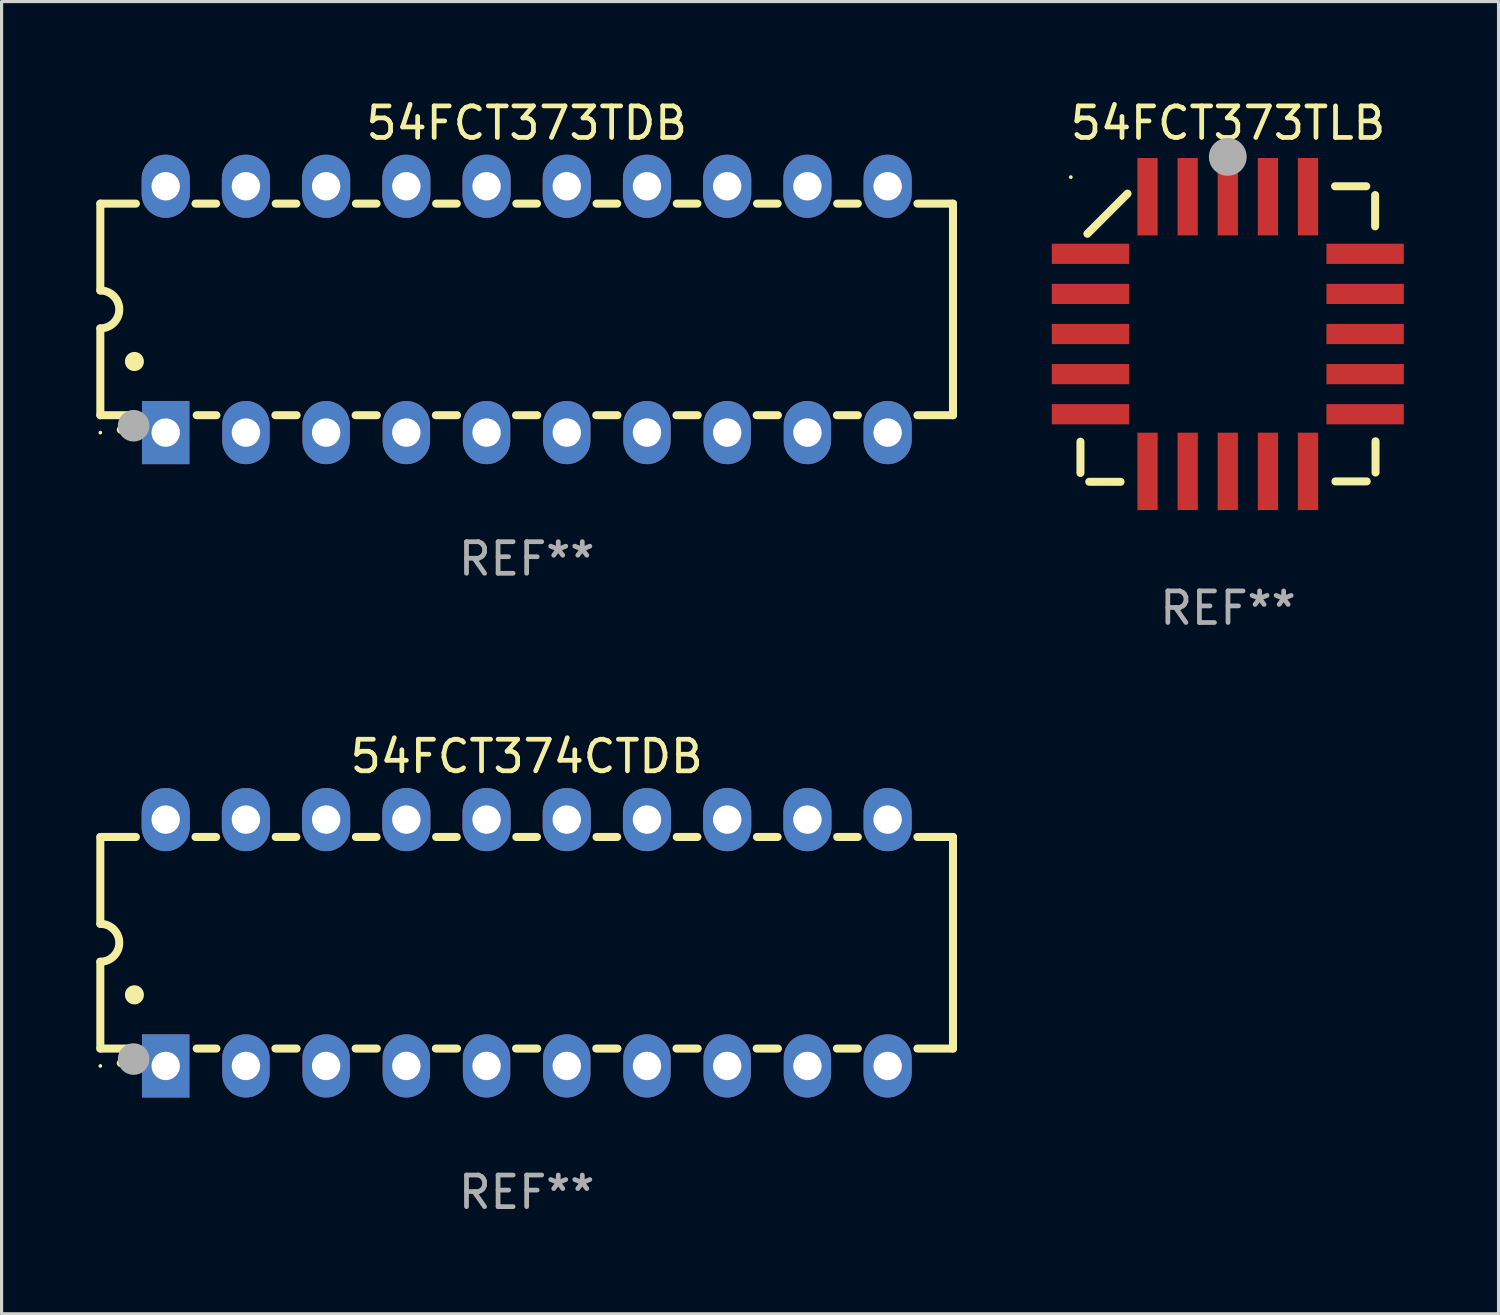
<source format=kicad_pcb>
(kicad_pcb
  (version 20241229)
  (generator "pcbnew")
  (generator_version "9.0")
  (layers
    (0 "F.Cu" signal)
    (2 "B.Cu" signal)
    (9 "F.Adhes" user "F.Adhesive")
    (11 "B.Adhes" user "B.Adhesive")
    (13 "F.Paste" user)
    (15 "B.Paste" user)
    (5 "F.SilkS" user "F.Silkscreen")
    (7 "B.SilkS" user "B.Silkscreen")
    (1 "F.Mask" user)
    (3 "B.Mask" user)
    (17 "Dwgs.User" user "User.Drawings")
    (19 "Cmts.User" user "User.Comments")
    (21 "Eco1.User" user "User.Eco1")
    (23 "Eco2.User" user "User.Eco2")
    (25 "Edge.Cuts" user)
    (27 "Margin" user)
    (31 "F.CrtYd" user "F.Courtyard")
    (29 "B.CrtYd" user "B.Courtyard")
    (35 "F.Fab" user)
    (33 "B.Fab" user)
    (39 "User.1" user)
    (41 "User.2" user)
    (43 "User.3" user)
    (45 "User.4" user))
  (footprint "54FCT373TLB"
    (layer "F.Cu")
    (at 35.835 7.527)
    (property "Reference" "54FCT373TLB" (at 0 -6.679 0) (layer "F.SilkS") (effects (font (size 1 1) (thickness 0.15))))
    (attr through_hole)
    (fp_line (start -4.672 4.4) (end -4.672 3.409) (stroke (width 0.254) (type solid)) (layer "F.SilkS"))
    (fp_line (start -4.452 -3.175) (end -3.182 -4.445) (stroke (width 0.254) (type solid)) (layer "F.SilkS"))
    (fp_line (start -4.393 4.679) (end -3.402 4.679) (stroke (width 0.254) (type solid)) (layer "F.SilkS"))
    (fp_line (start 4.379 -4.679) (end 3.389 -4.679) (stroke (width 0.254) (type solid)) (layer "F.SilkS"))
    (fp_line (start 4.393 4.666) (end 3.402 4.666) (stroke (width 0.254) (type solid)) (layer "F.SilkS"))
    (fp_line (start 4.659 -4.4) (end 4.659 -3.409) (stroke (width 0.254) (type solid)) (layer "F.SilkS"))
    (fp_line (start 4.672 4.386) (end 4.672 3.396) (stroke (width 0.254) (type solid)) (layer "F.SilkS"))
    (fp_arc (start 0.089827 -5.759969) (mid 0.097662 -5.803742) (end 0.120307 -5.842012) (stroke (width 0.249936) (type solid)) (layer "F.SilkS"))
    (fp_circle (center -4.977 -4.97) (end -4.947 -4.97) (stroke (width 0.06) (type solid)) (fill no) (layer "F.SilkS"))
    (fp_circle (center -0.007 -5.61) (end 0.293 -5.61) (stroke (width 0.6) (type solid)) (fill no) (layer "F.Fab"))
    (fp_text user "REF**" (at 0 8.679 0) (layer "F.Fab") (effects (font (size 1 1) (thickness 0.15))))
    (pad "1" smd rect (at -0.007 -4.349) (size 0.64 2.45) (layers "F.Cu" "F.Mask" "F.Paste"))
    (pad "2" smd rect (at -1.277 -4.349) (size 0.64 2.45) (layers "F.Cu" "F.Mask" "F.Paste"))
    (pad "3" smd rect (at -2.547 -4.348) (size 0.64 2.45) (layers "F.Cu" "F.Mask" "F.Paste"))
    (pad "4" smd rect (at -4.355 -2.54) (size 2.45 0.64) (layers "F.Cu" "F.Mask" "F.Paste"))
    (pad "5" smd rect (at -4.355 -1.27) (size 2.45 0.64) (layers "F.Cu" "F.Mask" "F.Paste"))
    (pad "6" smd rect (at -4.355 0) (size 2.45 0.64) (layers "F.Cu" "F.Mask" "F.Paste"))
    (pad "7" smd rect (at -4.355 1.27) (size 2.45 0.64) (layers "F.Cu" "F.Mask" "F.Paste"))
    (pad "8" smd rect (at -4.355 2.54) (size 2.45 0.64) (layers "F.Cu" "F.Mask" "F.Paste"))
    (pad "9" smd rect (at -2.547 4.349) (size 0.64 2.45) (layers "F.Cu" "F.Mask" "F.Paste"))
    (pad "10" smd rect (at -1.277 4.349) (size 0.64 2.45) (layers "F.Cu" "F.Mask" "F.Paste"))
    (pad "11" smd rect (at -0.007 4.349) (size 0.64 2.45) (layers "F.Cu" "F.Mask" "F.Paste"))
    (pad "12" smd rect (at 1.263 4.349) (size 0.64 2.45) (layers "F.Cu" "F.Mask" "F.Paste"))
    (pad "13" smd rect (at 2.533 4.349) (size 0.64 2.45) (layers "F.Cu" "F.Mask" "F.Paste"))
    (pad "14" smd rect (at 4.342 2.54) (size 2.45 0.64) (layers "F.Cu" "F.Mask" "F.Paste"))
    (pad "15" smd rect (at 4.342 1.27) (size 2.45 0.64) (layers "F.Cu" "F.Mask" "F.Paste"))
    (pad "16" smd rect (at 4.342 0) (size 2.45 0.64) (layers "F.Cu" "F.Mask" "F.Paste"))
    (pad "17" smd rect (at 4.342 -1.27) (size 2.45 0.64) (layers "F.Cu" "F.Mask" "F.Paste"))
    (pad "18" smd rect (at 4.342 -2.54) (size 2.45 0.64) (layers "F.Cu" "F.Mask" "F.Paste"))
    (pad "19" smd rect (at 2.533 -4.349) (size 0.64 2.45) (layers "F.Cu" "F.Mask" "F.Paste"))
    (pad "20" smd rect (at 1.263 -4.349) (size 0.64 2.45) (layers "F.Cu" "F.Mask" "F.Paste")))
  (footprint "54FCT374CTDB"
    (layer "F.Cu")
    (at 13.627 26.803)
    (property "Reference" "54FCT374CTDB" (at 0 -5.9 0) (layer "F.SilkS") (effects (font (size 1 1) (thickness 0.15))))
    (attr through_hole)
    (fp_line (start -13.5 -3.35) (end -12.373 -3.35) (stroke (width 0.254) (type solid)) (layer "F.SilkS"))
    (fp_line (start -13.5 -0.6) (end -13.5 -3.35) (stroke (width 0.254) (type solid)) (layer "F.SilkS"))
    (fp_line (start -13.5 3.35) (end -13.5 0.6) (stroke (width 0.254) (type solid)) (layer "F.SilkS"))
    (fp_line (start -13.5 3.35) (end -12.411 3.35) (stroke (width 0.254) (type solid)) (layer "F.SilkS"))
    (fp_line (start -10.487 -3.35) (end -9.833 -3.35) (stroke (width 0.254) (type solid)) (layer "F.SilkS"))
    (fp_line (start -10.449 3.35) (end -9.824 3.35) (stroke (width 0.254) (type solid)) (layer "F.SilkS"))
    (fp_line (start -7.956 3.35) (end -7.284 3.35) (stroke (width 0.254) (type solid)) (layer "F.SilkS"))
    (fp_line (start -7.947 -3.35) (end -7.293 -3.35) (stroke (width 0.254) (type solid)) (layer "F.SilkS"))
    (fp_line (start -5.416 3.35) (end -4.744 3.35) (stroke (width 0.254) (type solid)) (layer "F.SilkS"))
    (fp_line (start -5.407 -3.35) (end -4.753 -3.35) (stroke (width 0.254) (type solid)) (layer "F.SilkS"))
    (fp_line (start -2.876 3.35) (end -2.204 3.35) (stroke (width 0.254) (type solid)) (layer "F.SilkS"))
    (fp_line (start -2.867 -3.35) (end -2.213 -3.35) (stroke (width 0.254) (type solid)) (layer "F.SilkS"))
    (fp_line (start -0.336 3.35) (end 0.336 3.35) (stroke (width 0.254) (type solid)) (layer "F.SilkS"))
    (fp_line (start -0.327 -3.35) (end 0.327 -3.35) (stroke (width 0.254) (type solid)) (layer "F.SilkS"))
    (fp_line (start 2.204 3.35) (end 2.876 3.35) (stroke (width 0.254) (type solid)) (layer "F.SilkS"))
    (fp_line (start 2.213 -3.35) (end 2.867 -3.35) (stroke (width 0.254) (type solid)) (layer "F.SilkS"))
    (fp_line (start 4.744 3.35) (end 5.416 3.35) (stroke (width 0.254) (type solid)) (layer "F.SilkS"))
    (fp_line (start 4.753 -3.35) (end 5.407 -3.35) (stroke (width 0.254) (type solid)) (layer "F.SilkS"))
    (fp_line (start 7.284 3.35) (end 7.956 3.35) (stroke (width 0.254) (type solid)) (layer "F.SilkS"))
    (fp_line (start 7.293 -3.35) (end 7.947 -3.35) (stroke (width 0.254) (type solid)) (layer "F.SilkS"))
    (fp_line (start 9.824 3.35) (end 10.487 3.35) (stroke (width 0.254) (type solid)) (layer "F.SilkS"))
    (fp_line (start 9.833 -3.35) (end 10.487 -3.35) (stroke (width 0.254) (type solid)) (layer "F.SilkS"))
    (fp_line (start 12.373 -3.35) (end 13.5 -3.35) (stroke (width 0.254) (type solid)) (layer "F.SilkS"))
    (fp_line (start 12.373 3.35) (end 13.5 3.35) (stroke (width 0.254) (type solid)) (layer "F.SilkS"))
    (fp_line (start 13.5 -3.35) (end 13.5 3.35) (stroke (width 0.254) (type solid)) (layer "F.SilkS"))
    (fp_arc (start -13.500127 -0.599442) (mid -12.900406 0.000228) (end -13.500025 0.6) (stroke (width 0.254001) (type solid)) (layer "F.SilkS"))
    (fp_arc (start -12.854966 3.810008) (mid -12.854973 3.808738) (end -12.854966 3.807468) (stroke (width 0.25) (type solid)) (layer "F.SilkS"))
    (fp_arc (start -12.420625 1.651003) (mid -12.420636 1.648463) (end -12.420625 1.645923) (stroke (width 0.6) (type solid)) (layer "F.SilkS"))
    (fp_circle (center -13.5 3.9) (end -13.47 3.9) (stroke (width 0.06) (type solid)) (fill no) (layer "F.SilkS"))
    (fp_circle (center -12.446 3.683) (end -12.196 3.683) (stroke (width 0.5) (type solid)) (fill no) (layer "F.Fab"))
    (fp_text user "REF**" (at 0 7.9 0) (layer "F.Fab") (effects (font (size 1 1) (thickness 0.15))))
    (pad "1" thru_hole rect (at -11.43 3.9 90) (size 2 1.5) (drill 0.9) (layers "*.Cu" "*.Mask"))
    (pad "2" thru_hole oval (at -8.89 3.9 90) (size 2 1.5) (drill 0.9) (layers "*.Cu" "*.Mask"))
    (pad "3" thru_hole oval (at -6.35 3.9 90) (size 2 1.5) (drill 0.9) (layers "*.Cu" "*.Mask"))
    (pad "4" thru_hole oval (at -3.81 3.9 90) (size 2 1.5) (drill 0.9) (layers "*.Cu" "*.Mask"))
    (pad "5" thru_hole oval (at -1.27 3.9 90) (size 2 1.5) (drill 0.9) (layers "*.Cu" "*.Mask"))
    (pad "6" thru_hole oval (at 1.27 3.9 90) (size 2 1.5) (drill 0.9) (layers "*.Cu" "*.Mask"))
    (pad "7" thru_hole oval (at 3.81 3.9 90) (size 2 1.5) (drill 0.9) (layers "*.Cu" "*.Mask"))
    (pad "8" thru_hole oval (at 6.35 3.9 90) (size 2 1.5) (drill 0.9) (layers "*.Cu" "*.Mask"))
    (pad "9" thru_hole oval (at 8.89 3.9 90) (size 2 1.5) (drill 0.9) (layers "*.Cu" "*.Mask"))
    (pad "10" thru_hole oval (at 11.43 3.9 90) (size 2 1.524) (drill 0.9) (layers "*.Cu" "*.Mask"))
    (pad "11" thru_hole oval (at 11.43 -3.9 90) (size 2 1.524) (drill 0.9) (layers "*.Cu" "*.Mask"))
    (pad "12" thru_hole oval (at 8.89 -3.9 90) (size 2 1.524) (drill 0.9) (layers "*.Cu" "*.Mask"))
    (pad "13" thru_hole oval (at 6.35 -3.9 90) (size 2 1.524) (drill 0.9) (layers "*.Cu" "*.Mask"))
    (pad "14" thru_hole oval (at 3.81 -3.9 90) (size 2 1.524) (drill 0.9) (layers "*.Cu" "*.Mask"))
    (pad "15" thru_hole oval (at 1.27 -3.9 90) (size 2 1.524) (drill 0.9) (layers "*.Cu" "*.Mask"))
    (pad "16" thru_hole oval (at -1.27 -3.9 90) (size 2 1.524) (drill 0.9) (layers "*.Cu" "*.Mask"))
    (pad "17" thru_hole oval (at -3.81 -3.9 90) (size 2 1.524) (drill 0.9) (layers "*.Cu" "*.Mask"))
    (pad "18" thru_hole oval (at -6.35 -3.9 90) (size 2 1.524) (drill 0.9) (layers "*.Cu" "*.Mask"))
    (pad "19" thru_hole oval (at -8.89 -3.9 90) (size 2 1.524) (drill 0.9) (layers "*.Cu" "*.Mask"))
    (pad "20" thru_hole oval (at -11.43 -3.9 90) (size 2 1.524) (drill 0.9) (layers "*.Cu" "*.Mask")))
  (footprint "54FCT373TDB"
    (layer "F.Cu")
    (at 13.627 6.748)
    (property "Reference" "54FCT373TDB" (at 0 -5.9 0) (layer "F.SilkS") (effects (font (size 1 1) (thickness 0.15))))
    (attr through_hole)
    (fp_line (start -13.5 -3.35) (end -12.373 -3.35) (stroke (width 0.254) (type solid)) (layer "F.SilkS"))
    (fp_line (start -13.5 -0.6) (end -13.5 -3.35) (stroke (width 0.254) (type solid)) (layer "F.SilkS"))
    (fp_line (start -13.5 3.35) (end -13.5 0.6) (stroke (width 0.254) (type solid)) (layer "F.SilkS"))
    (fp_line (start -13.5 3.35) (end -12.411 3.35) (stroke (width 0.254) (type solid)) (layer "F.SilkS"))
    (fp_line (start -10.487 -3.35) (end -9.833 -3.35) (stroke (width 0.254) (type solid)) (layer "F.SilkS"))
    (fp_line (start -10.449 3.35) (end -9.824 3.35) (stroke (width 0.254) (type solid)) (layer "F.SilkS"))
    (fp_line (start -7.956 3.35) (end -7.284 3.35) (stroke (width 0.254) (type solid)) (layer "F.SilkS"))
    (fp_line (start -7.947 -3.35) (end -7.293 -3.35) (stroke (width 0.254) (type solid)) (layer "F.SilkS"))
    (fp_line (start -5.416 3.35) (end -4.744 3.35) (stroke (width 0.254) (type solid)) (layer "F.SilkS"))
    (fp_line (start -5.407 -3.35) (end -4.753 -3.35) (stroke (width 0.254) (type solid)) (layer "F.SilkS"))
    (fp_line (start -2.876 3.35) (end -2.204 3.35) (stroke (width 0.254) (type solid)) (layer "F.SilkS"))
    (fp_line (start -2.867 -3.35) (end -2.213 -3.35) (stroke (width 0.254) (type solid)) (layer "F.SilkS"))
    (fp_line (start -0.336 3.35) (end 0.336 3.35) (stroke (width 0.254) (type solid)) (layer "F.SilkS"))
    (fp_line (start -0.327 -3.35) (end 0.327 -3.35) (stroke (width 0.254) (type solid)) (layer "F.SilkS"))
    (fp_line (start 2.204 3.35) (end 2.876 3.35) (stroke (width 0.254) (type solid)) (layer "F.SilkS"))
    (fp_line (start 2.213 -3.35) (end 2.867 -3.35) (stroke (width 0.254) (type solid)) (layer "F.SilkS"))
    (fp_line (start 4.744 3.35) (end 5.416 3.35) (stroke (width 0.254) (type solid)) (layer "F.SilkS"))
    (fp_line (start 4.753 -3.35) (end 5.407 -3.35) (stroke (width 0.254) (type solid)) (layer "F.SilkS"))
    (fp_line (start 7.284 3.35) (end 7.956 3.35) (stroke (width 0.254) (type solid)) (layer "F.SilkS"))
    (fp_line (start 7.293 -3.35) (end 7.947 -3.35) (stroke (width 0.254) (type solid)) (layer "F.SilkS"))
    (fp_line (start 9.824 3.35) (end 10.487 3.35) (stroke (width 0.254) (type solid)) (layer "F.SilkS"))
    (fp_line (start 9.833 -3.35) (end 10.487 -3.35) (stroke (width 0.254) (type solid)) (layer "F.SilkS"))
    (fp_line (start 12.373 -3.35) (end 13.5 -3.35) (stroke (width 0.254) (type solid)) (layer "F.SilkS"))
    (fp_line (start 12.373 3.35) (end 13.5 3.35) (stroke (width 0.254) (type solid)) (layer "F.SilkS"))
    (fp_line (start 13.5 -3.35) (end 13.5 3.35) (stroke (width 0.254) (type solid)) (layer "F.SilkS"))
    (fp_arc (start -13.500127 -0.599442) (mid -12.900406 0.000228) (end -13.500025 0.6) (stroke (width 0.254001) (type solid)) (layer "F.SilkS"))
    (fp_arc (start -12.854966 3.810008) (mid -12.854973 3.808738) (end -12.854966 3.807468) (stroke (width 0.25) (type solid)) (layer "F.SilkS"))
    (fp_arc (start -12.420625 1.651003) (mid -12.420636 1.648463) (end -12.420625 1.645923) (stroke (width 0.6) (type solid)) (layer "F.SilkS"))
    (fp_circle (center -13.5 3.9) (end -13.47 3.9) (stroke (width 0.06) (type solid)) (fill no) (layer "F.SilkS"))
    (fp_circle (center -12.446 3.683) (end -12.196 3.683) (stroke (width 0.5) (type solid)) (fill no) (layer "F.Fab"))
    (fp_text user "REF**" (at 0 7.9 0) (layer "F.Fab") (effects (font (size 1 1) (thickness 0.15))))
    (pad "1" thru_hole rect (at -11.43 3.9 90) (size 2 1.5) (drill 0.9) (layers "*.Cu" "*.Mask"))
    (pad "2" thru_hole oval (at -8.89 3.9 90) (size 2 1.5) (drill 0.9) (layers "*.Cu" "*.Mask"))
    (pad "3" thru_hole oval (at -6.35 3.9 90) (size 2 1.5) (drill 0.9) (layers "*.Cu" "*.Mask"))
    (pad "4" thru_hole oval (at -3.81 3.9 90) (size 2 1.5) (drill 0.9) (layers "*.Cu" "*.Mask"))
    (pad "5" thru_hole oval (at -1.27 3.9 90) (size 2 1.5) (drill 0.9) (layers "*.Cu" "*.Mask"))
    (pad "6" thru_hole oval (at 1.27 3.9 90) (size 2 1.5) (drill 0.9) (layers "*.Cu" "*.Mask"))
    (pad "7" thru_hole oval (at 3.81 3.9 90) (size 2 1.5) (drill 0.9) (layers "*.Cu" "*.Mask"))
    (pad "8" thru_hole oval (at 6.35 3.9 90) (size 2 1.5) (drill 0.9) (layers "*.Cu" "*.Mask"))
    (pad "9" thru_hole oval (at 8.89 3.9 90) (size 2 1.5) (drill 0.9) (layers "*.Cu" "*.Mask"))
    (pad "10" thru_hole oval (at 11.43 3.9 90) (size 2 1.524) (drill 0.9) (layers "*.Cu" "*.Mask"))
    (pad "11" thru_hole oval (at 11.43 -3.9 90) (size 2 1.524) (drill 0.9) (layers "*.Cu" "*.Mask"))
    (pad "12" thru_hole oval (at 8.89 -3.9 90) (size 2 1.524) (drill 0.9) (layers "*.Cu" "*.Mask"))
    (pad "13" thru_hole oval (at 6.35 -3.9 90) (size 2 1.524) (drill 0.9) (layers "*.Cu" "*.Mask"))
    (pad "14" thru_hole oval (at 3.81 -3.9 90) (size 2 1.524) (drill 0.9) (layers "*.Cu" "*.Mask"))
    (pad "15" thru_hole oval (at 1.27 -3.9 90) (size 2 1.524) (drill 0.9) (layers "*.Cu" "*.Mask"))
    (pad "16" thru_hole oval (at -1.27 -3.9 90) (size 2 1.524) (drill 0.9) (layers "*.Cu" "*.Mask"))
    (pad "17" thru_hole oval (at -3.81 -3.9 90) (size 2 1.524) (drill 0.9) (layers "*.Cu" "*.Mask"))
    (pad "18" thru_hole oval (at -6.35 -3.9 90) (size 2 1.524) (drill 0.9) (layers "*.Cu" "*.Mask"))
    (pad "19" thru_hole oval (at -8.89 -3.9 90) (size 2 1.524) (drill 0.9) (layers "*.Cu" "*.Mask"))
    (pad "20" thru_hole oval (at -11.43 -3.9 90) (size 2 1.524) (drill 0.9) (layers "*.Cu" "*.Mask")))
  (gr_rect
    (start -3 -3)
    (end 44.402 38.551)
    (stroke (width 0.1) (type default))
    (fill no)
    (layer "Edge.Cuts")))
</source>
